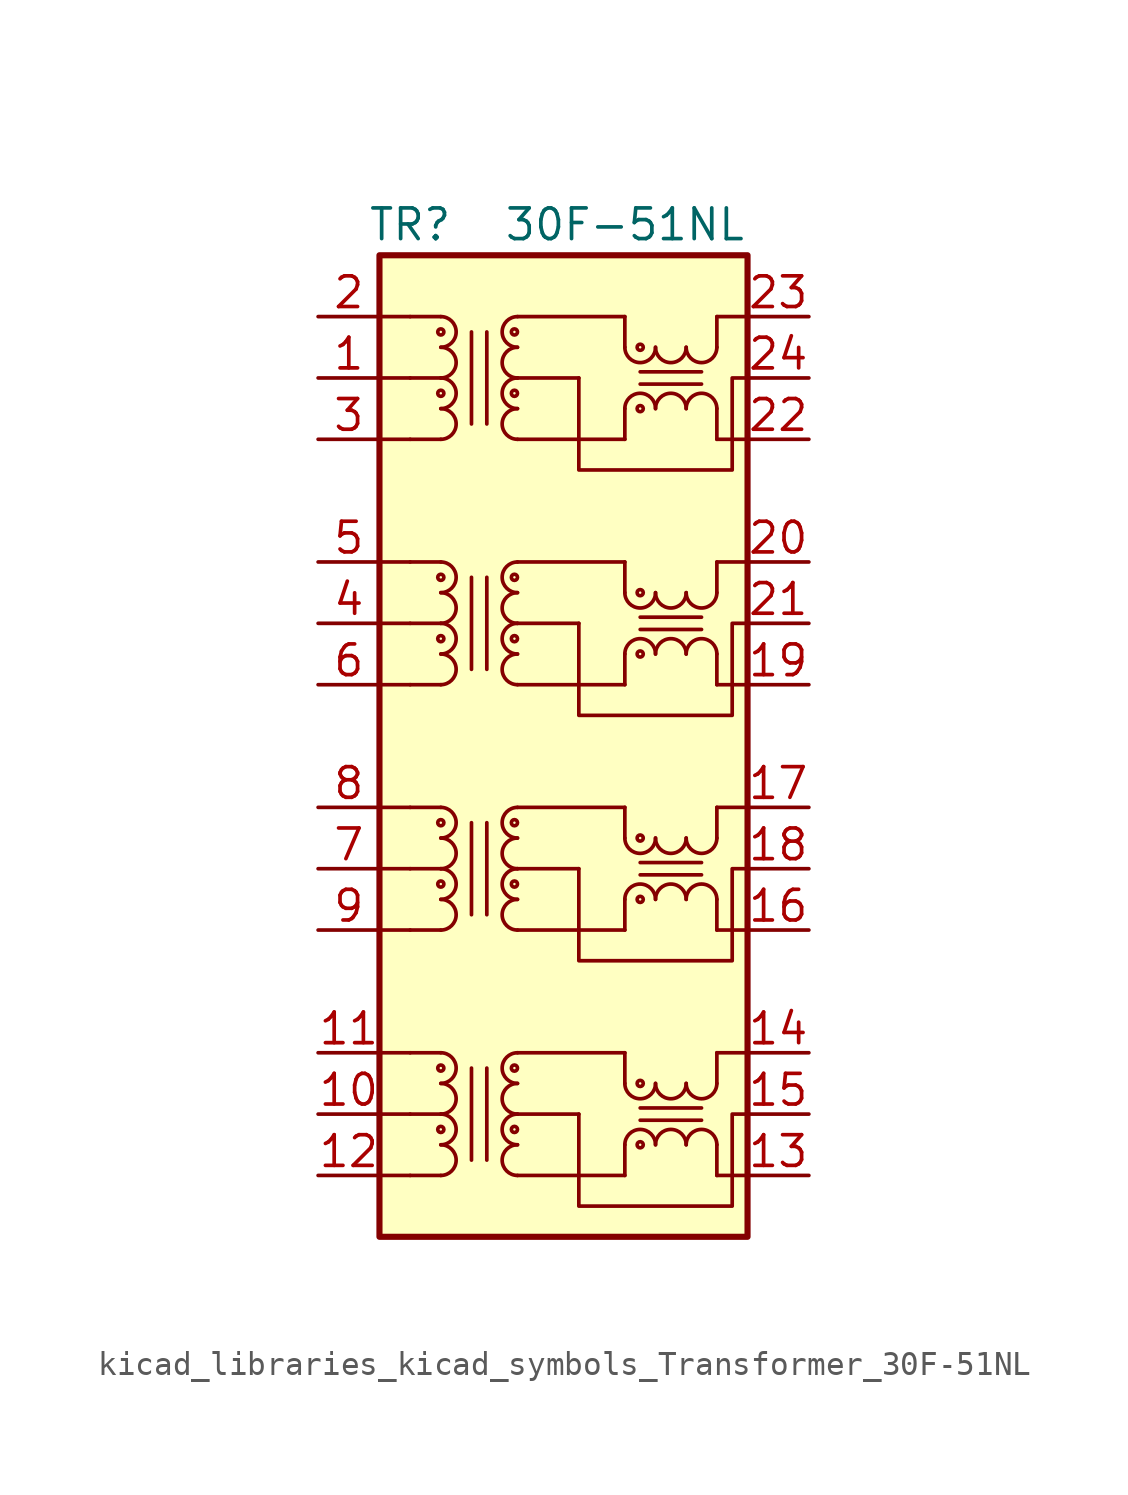
<source format=kicad_sym>
(kicad_symbol_lib
  (version 20220914)
  (generator kicad_symbol_editor)
  (symbol "kicad_libraries_kicad_symbols_Transformer_30F-51NL"
    (pin_names
      (offset 1.016) hide)
    (property "Reference" "TR"
      (at -6.35 21.59 0)
      (effects (font (size 1.27 1.27))))
    (property "Value" "30F-51NL"
      (at 2.54 21.59 0)
      (effects (font (size 1.27 1.27))))
    (symbol "kicad_libraries_kicad_symbols_Transformer_30F-51NL_0_1"
      (rectangle (start -7.62 20.32) (end 7.62 -20.32) (stroke (width 0.254) (type default)) (fill (type background)))
      (polyline (pts (xy 2.54 -16.51) (xy 2.54 -17.78)) (stroke (width 0) (type default)) (fill (type none)))
      (polyline (pts (xy 2.54 -12.7) (xy 2.54 -13.97)) (stroke (width 0) (type default)) (fill (type none)))
      (polyline (pts (xy 2.54 -6.35) (xy 2.54 -7.62)) (stroke (width 0) (type default)) (fill (type none)))
      (polyline (pts (xy 2.54 -2.54) (xy 2.54 -3.81)) (stroke (width 0) (type default)) (fill (type none)))
      (polyline (pts (xy 2.54 3.81) (xy 2.54 2.54)) (stroke (width 0) (type default)) (fill (type none)))
      (polyline (pts (xy 2.54 7.62) (xy 2.54 6.35)) (stroke (width 0) (type default)) (fill (type none)))
      (polyline (pts (xy 2.54 13.97) (xy 2.54 12.7)) (stroke (width 0) (type default)) (fill (type none)))
      (polyline (pts (xy 2.54 17.78) (xy 2.54 16.51)) (stroke (width 0) (type default)) (fill (type none)))
      (polyline (pts (xy 6.35 -17.78) (xy 6.35 -16.51)) (stroke (width 0) (type default)) (fill (type none)))
      (polyline (pts (xy 6.35 -13.97) (xy 6.35 -12.7)) (stroke (width 0) (type default)) (fill (type none)))
      (polyline (pts (xy 6.35 -7.62) (xy 6.35 -6.35)) (stroke (width 0) (type default)) (fill (type none)))
      (polyline (pts (xy 6.35 -3.81) (xy 6.35 -2.54)) (stroke (width 0) (type default)) (fill (type none)))
      (polyline (pts (xy 6.35 2.54) (xy 6.35 3.81)) (stroke (width 0) (type default)) (fill (type none)))
      (polyline (pts (xy 6.35 6.35) (xy 6.35 7.62)) (stroke (width 0) (type default)) (fill (type none)))
      (polyline (pts (xy 6.35 12.7) (xy 6.35 13.97)) (stroke (width 0) (type default)) (fill (type none)))
      (polyline (pts (xy 6.35 16.51) (xy 6.35 17.78)) (stroke (width 0) (type default)) (fill (type none)))
      (polyline (pts (xy 7.62 15.24) (xy 7.62 15.24)) (stroke (width 0) (type default)) (fill (type none)))
      (polyline (pts (xy 0.635 -15.24) (xy 0.635 -19.05) (xy 6.985 -19.05) (xy 6.985 -15.24) (xy 7.62 -15.24)) (stroke (width 0) (type default)) (fill (type none)))
      (polyline (pts (xy 0.635 -5.08) (xy 0.635 -8.89) (xy 6.985 -8.89) (xy 6.985 -5.08) (xy 7.62 -5.08)) (stroke (width 0) (type default)) (fill (type none)))
      (polyline (pts (xy 0.635 5.08) (xy 0.635 1.27) (xy 6.985 1.27) (xy 6.985 5.08) (xy 7.62 5.08)) (stroke (width 0) (type default)) (fill (type none)))
      (polyline (pts (xy 0.635 15.24) (xy 0.635 11.43) (xy 6.985 11.43) (xy 6.985 15.24) (xy 7.62 15.24)) (stroke (width 0) (type default)) (fill (type none)))
      (pin passive line (at -10.16 15.24 0) (length 2.54) (name "CT" (effects (font (size 1.27 1.27)))) (number "1" (effects (font (size 1.27 1.27)))))
      (pin passive line (at -10.16 -15.24 0) (length 2.54) (name "CT" (effects (font (size 1.27 1.27)))) (number "10" (effects (font (size 1.27 1.27)))))
      (pin passive line (at -10.16 -12.7 0) (length 2.54) (name "TD4+" (effects (font (size 1.27 1.27)))) (number "11" (effects (font (size 1.27 1.27)))))
      (pin passive line (at -10.16 -17.78 0) (length 2.54) (name "TD4-" (effects (font (size 1.27 1.27)))) (number "12" (effects (font (size 1.27 1.27)))))
      (pin passive line (at 10.16 -17.78 180) (length 2.54) (name "MX4-" (effects (font (size 1.27 1.27)))) (number "13" (effects (font (size 1.27 1.27)))))
      (pin passive line (at 10.16 -12.7 180) (length 2.54) (name "MX4+" (effects (font (size 1.27 1.27)))) (number "14" (effects (font (size 1.27 1.27)))))
      (pin passive line (at 10.16 -15.24 180) (length 2.54) (name "CT" (effects (font (size 1.27 1.27)))) (number "15" (effects (font (size 1.27 1.27)))))
      (pin passive line (at 10.16 -7.62 180) (length 2.54) (name "MX3-" (effects (font (size 1.27 1.27)))) (number "16" (effects (font (size 1.27 1.27)))))
      (pin passive line (at 10.16 -2.54 180) (length 2.54) (name "MX3+" (effects (font (size 1.27 1.27)))) (number "17" (effects (font (size 1.27 1.27)))))
      (pin passive line (at 10.16 -5.08 180) (length 2.54) (name "CT" (effects (font (size 1.27 1.27)))) (number "18" (effects (font (size 1.27 1.27)))))
      (pin passive line (at 10.16 2.54 180) (length 2.54) (name "MX2-" (effects (font (size 1.27 1.27)))) (number "19" (effects (font (size 1.27 1.27)))))
      (pin passive line (at -10.16 17.78 0) (length 2.54) (name "TD1+" (effects (font (size 1.27 1.27)))) (number "2" (effects (font (size 1.27 1.27)))))
      (pin passive line (at 10.16 7.62 180) (length 2.54) (name "MX2+" (effects (font (size 1.27 1.27)))) (number "20" (effects (font (size 1.27 1.27)))))
      (pin passive line (at 10.16 5.08 180) (length 2.54) (name "CT" (effects (font (size 1.27 1.27)))) (number "21" (effects (font (size 1.27 1.27)))))
      (pin passive line (at 10.16 12.7 180) (length 2.54) (name "MX1-" (effects (font (size 1.27 1.27)))) (number "22" (effects (font (size 1.27 1.27)))))
      (pin passive line (at 10.16 17.78 180) (length 2.54) (name "MX1+" (effects (font (size 1.27 1.27)))) (number "23" (effects (font (size 1.27 1.27)))))
      (pin passive line (at 10.16 15.24 180) (length 2.54) (name "CT" (effects (font (size 1.27 1.27)))) (number "24" (effects (font (size 1.27 1.27)))))
      (pin passive line (at -10.16 12.7 0) (length 2.54) (name "TD1-" (effects (font (size 1.27 1.27)))) (number "3" (effects (font (size 1.27 1.27)))))
      (pin passive line (at -10.16 5.08 0) (length 2.54) (name "CT" (effects (font (size 1.27 1.27)))) (number "4" (effects (font (size 1.27 1.27)))))
      (pin passive line (at -10.16 7.62 0) (length 2.54) (name "TD2+" (effects (font (size 1.27 1.27)))) (number "5" (effects (font (size 1.27 1.27)))))
      (pin passive line (at -10.16 2.54 0) (length 2.54) (name "TD2-" (effects (font (size 1.27 1.27)))) (number "6" (effects (font (size 1.27 1.27)))))
      (pin passive line (at -10.16 -5.08 0) (length 2.54) (name "CT" (effects (font (size 1.27 1.27)))) (number "7" (effects (font (size 1.27 1.27)))))
      (pin passive line (at -10.16 -2.54 0) (length 2.54) (name "TD3+" (effects (font (size 1.27 1.27)))) (number "8" (effects (font (size 1.27 1.27)))))
      (pin passive line (at -10.16 -7.62 0) (length 2.54) (name "TD3-" (effects (font (size 1.27 1.27)))) (number "9" (effects (font (size 1.27 1.27))))))
    (symbol "kicad_libraries_kicad_symbols_Transformer_30F-51NL_1_1"
      (arc (start -5.08 -17.78) (mid -4.4477 -17.145) (end -5.08 -16.51) (stroke (width 0) (type default)) (fill (type none)))
      (arc (start -5.08 -16.51) (mid -4.4477 -15.875) (end -5.08 -15.24) (stroke (width 0) (type default)) (fill (type none)))
      (circle (center -5.08 -15.875) (radius 0.127) (stroke (width 0) (type default)) (fill (type none)))
      (arc (start -5.08 -15.24) (mid -4.4477 -14.605) (end -5.08 -13.97) (stroke (width 0) (type default)) (fill (type none)))
      (arc (start -5.08 -13.97) (mid -4.4477 -13.335) (end -5.08 -12.7) (stroke (width 0) (type default)) (fill (type none)))
      (circle (center -5.08 -13.335) (radius 0.127) (stroke (width 0) (type default)) (fill (type none)))
      (arc (start -5.08 -7.62) (mid -4.4477 -6.985) (end -5.08 -6.35) (stroke (width 0) (type default)) (fill (type none)))
      (arc (start -5.08 -6.35) (mid -4.4477 -5.715) (end -5.08 -5.08) (stroke (width 0) (type default)) (fill (type none)))
      (circle (center -5.08 -5.715) (radius 0.127) (stroke (width 0) (type default)) (fill (type none)))
      (arc (start -5.08 -5.08) (mid -4.4477 -4.445) (end -5.08 -3.81) (stroke (width 0) (type default)) (fill (type none)))
      (arc (start -5.08 -3.81) (mid -4.4477 -3.175) (end -5.08 -2.54) (stroke (width 0) (type default)) (fill (type none)))
      (circle (center -5.08 -3.175) (radius 0.127) (stroke (width 0) (type default)) (fill (type none)))
      (arc (start -5.08 2.54) (mid -4.4477 3.175) (end -5.08 3.81) (stroke (width 0) (type default)) (fill (type none)))
      (arc (start -5.08 3.81) (mid -4.4477 4.445) (end -5.08 5.08) (stroke (width 0) (type default)) (fill (type none)))
      (circle (center -5.08 4.445) (radius 0.127) (stroke (width 0) (type default)) (fill (type none)))
      (arc (start -5.08 5.08) (mid -4.4477 5.715) (end -5.08 6.35) (stroke (width 0) (type default)) (fill (type none)))
      (arc (start -5.08 6.35) (mid -4.4477 6.985) (end -5.08 7.62) (stroke (width 0) (type default)) (fill (type none)))
      (circle (center -5.08 6.985) (radius 0.127) (stroke (width 0) (type default)) (fill (type none)))
      (arc (start -5.08 12.7) (mid -4.4477 13.335) (end -5.08 13.97) (stroke (width 0) (type default)) (fill (type none)))
      (arc (start -5.08 13.97) (mid -4.4477 14.605) (end -5.08 15.24) (stroke (width 0) (type default)) (fill (type none)))
      (circle (center -5.08 14.605) (radius 0.127) (stroke (width 0) (type default)) (fill (type none)))
      (arc (start -5.08 15.24) (mid -4.4477 15.875) (end -5.08 16.51) (stroke (width 0) (type default)) (fill (type none)))
      (arc (start -5.08 16.51) (mid -4.4477 17.145) (end -5.08 17.78) (stroke (width 0) (type default)) (fill (type none)))
      (circle (center -5.08 17.145) (radius 0.127) (stroke (width 0) (type default)) (fill (type none)))
      (circle (center -2.032 -15.875) (radius 0.127) (stroke (width 0) (type default)) (fill (type none)))
      (circle (center -2.032 -13.335) (radius 0.127) (stroke (width 0) (type default)) (fill (type none)))
      (circle (center -2.032 -5.715) (radius 0.127) (stroke (width 0) (type default)) (fill (type none)))
      (circle (center -2.032 -3.175) (radius 0.127) (stroke (width 0) (type default)) (fill (type none)))
      (circle (center -2.032 4.445) (radius 0.127) (stroke (width 0) (type default)) (fill (type none)))
      (circle (center -2.032 6.985) (radius 0.127) (stroke (width 0) (type default)) (fill (type none)))
      (circle (center -2.032 14.605) (radius 0.127) (stroke (width 0) (type default)) (fill (type none)))
      (circle (center -2.032 17.145) (radius 0.127) (stroke (width 0) (type default)) (fill (type none)))
      (arc (start -1.905 -16.51) (mid -2.5373 -17.145) (end -1.905 -17.78) (stroke (width 0) (type default)) (fill (type none)))
      (arc (start -1.905 -15.24) (mid -2.5373 -15.875) (end -1.905 -16.51) (stroke (width 0) (type default)) (fill (type none)))
      (arc (start -1.905 -13.97) (mid -2.5373 -14.605) (end -1.905 -15.24) (stroke (width 0) (type default)) (fill (type none)))
      (arc (start -1.905 -12.7) (mid -2.5373 -13.335) (end -1.905 -13.97) (stroke (width 0) (type default)) (fill (type none)))
      (arc (start -1.905 -6.35) (mid -2.5373 -6.985) (end -1.905 -7.62) (stroke (width 0) (type default)) (fill (type none)))
      (arc (start -1.905 -5.08) (mid -2.5373 -5.715) (end -1.905 -6.35) (stroke (width 0) (type default)) (fill (type none)))
      (arc (start -1.905 -3.81) (mid -2.5373 -4.445) (end -1.905 -5.08) (stroke (width 0) (type default)) (fill (type none)))
      (arc (start -1.905 -2.54) (mid -2.5373 -3.175) (end -1.905 -3.81) (stroke (width 0) (type default)) (fill (type none)))
      (arc (start -1.905 3.81) (mid -2.5373 3.175) (end -1.905 2.54) (stroke (width 0) (type default)) (fill (type none)))
      (arc (start -1.905 5.08) (mid -2.5373 4.445) (end -1.905 3.81) (stroke (width 0) (type default)) (fill (type none)))
      (arc (start -1.905 6.35) (mid -2.5373 5.715) (end -1.905 5.08) (stroke (width 0) (type default)) (fill (type none)))
      (arc (start -1.905 7.62) (mid -2.5373 6.985) (end -1.905 6.35) (stroke (width 0) (type default)) (fill (type none)))
      (arc (start -1.905 13.97) (mid -2.5373 13.335) (end -1.905 12.7) (stroke (width 0) (type default)) (fill (type none)))
      (arc (start -1.905 15.24) (mid -2.5373 14.605) (end -1.905 13.97) (stroke (width 0) (type default)) (fill (type none)))
      (arc (start -1.905 16.51) (mid -2.5373 15.875) (end -1.905 15.24) (stroke (width 0) (type default)) (fill (type none)))
      (arc (start -1.905 17.78) (mid -2.5373 17.145) (end -1.905 16.51) (stroke (width 0) (type default)) (fill (type none)))
      (polyline (pts (xy -7.62 -17.78) (xy -6.35 -17.78)) (stroke (width 0) (type default)) (fill (type none)))
      (polyline (pts (xy -7.62 -15.24) (xy -6.35 -15.24)) (stroke (width 0) (type default)) (fill (type none)))
      (polyline (pts (xy -7.62 -12.7) (xy -6.35 -12.7)) (stroke (width 0) (type default)) (fill (type none)))
      (polyline (pts (xy -7.62 -7.62) (xy -6.35 -7.62)) (stroke (width 0) (type default)) (fill (type none)))
      (polyline (pts (xy -7.62 -5.08) (xy -6.35 -5.08)) (stroke (width 0) (type default)) (fill (type none)))
      (polyline (pts (xy -7.62 -2.54) (xy -6.35 -2.54)) (stroke (width 0) (type default)) (fill (type none)))
      (polyline (pts (xy -7.62 2.54) (xy -6.35 2.54)) (stroke (width 0) (type default)) (fill (type none)))
      (polyline (pts (xy -7.62 5.08) (xy -6.35 5.08)) (stroke (width 0) (type default)) (fill (type none)))
      (polyline (pts (xy -7.62 7.62) (xy -6.35 7.62)) (stroke (width 0) (type default)) (fill (type none)))
      (polyline (pts (xy -7.62 12.7) (xy -6.35 12.7)) (stroke (width 0) (type default)) (fill (type none)))
      (polyline (pts (xy -7.62 15.24) (xy -6.35 15.24)) (stroke (width 0) (type default)) (fill (type none)))
      (polyline (pts (xy -7.62 17.78) (xy -6.35 17.78)) (stroke (width 0) (type default)) (fill (type none)))
      (polyline (pts (xy -6.35 -17.78) (xy -5.08 -17.78)) (stroke (width 0) (type default)) (fill (type none)))
      (polyline (pts (xy -6.35 -15.24) (xy -5.08 -15.24)) (stroke (width 0) (type default)) (fill (type none)))
      (polyline (pts (xy -6.35 -12.7) (xy -5.08 -12.7)) (stroke (width 0) (type default)) (fill (type none)))
      (polyline (pts (xy -6.35 -7.62) (xy -5.08 -7.62)) (stroke (width 0) (type default)) (fill (type none)))
      (polyline (pts (xy -6.35 -5.08) (xy -5.08 -5.08)) (stroke (width 0) (type default)) (fill (type none)))
      (polyline (pts (xy -6.35 -2.54) (xy -5.08 -2.54)) (stroke (width 0) (type default)) (fill (type none)))
      (polyline (pts (xy -6.35 2.54) (xy -5.08 2.54)) (stroke (width 0) (type default)) (fill (type none)))
      (polyline (pts (xy -6.35 5.08) (xy -5.08 5.08)) (stroke (width 0) (type default)) (fill (type none)))
      (polyline (pts (xy -6.35 7.62) (xy -5.08 7.62)) (stroke (width 0) (type default)) (fill (type none)))
      (polyline (pts (xy -6.35 12.7) (xy -5.08 12.7)) (stroke (width 0) (type default)) (fill (type none)))
      (polyline (pts (xy -6.35 15.24) (xy -5.08 15.24)) (stroke (width 0) (type default)) (fill (type none)))
      (polyline (pts (xy -6.35 17.78) (xy -5.08 17.78)) (stroke (width 0) (type default)) (fill (type none)))
      (polyline (pts (xy -3.81 -17.145) (xy -3.81 -13.335)) (stroke (width 0) (type default)) (fill (type none)))
      (polyline (pts (xy -3.81 -6.985) (xy -3.81 -3.175)) (stroke (width 0) (type default)) (fill (type none)))
      (polyline (pts (xy -3.81 3.175) (xy -3.81 6.985)) (stroke (width 0) (type default)) (fill (type none)))
      (polyline (pts (xy -3.81 13.335) (xy -3.81 17.145)) (stroke (width 0) (type default)) (fill (type none)))
      (polyline (pts (xy -3.175 -17.145) (xy -3.175 -13.335)) (stroke (width 0) (type default)) (fill (type none)))
      (polyline (pts (xy -3.175 -6.985) (xy -3.175 -3.175)) (stroke (width 0) (type default)) (fill (type none)))
      (polyline (pts (xy -3.175 3.175) (xy -3.175 6.985)) (stroke (width 0) (type default)) (fill (type none)))
      (polyline (pts (xy -3.175 13.335) (xy -3.175 17.145)) (stroke (width 0) (type default)) (fill (type none)))
      (polyline (pts (xy 0.635 -15.24) (xy -1.905 -15.24)) (stroke (width 0) (type default)) (fill (type none)))
      (polyline (pts (xy 0.635 -5.08) (xy -1.905 -5.08)) (stroke (width 0) (type default)) (fill (type none)))
      (polyline (pts (xy 0.635 5.08) (xy -1.905 5.08)) (stroke (width 0) (type default)) (fill (type none)))
      (polyline (pts (xy 0.635 15.24) (xy -1.905 15.24)) (stroke (width 0) (type default)) (fill (type none)))
      (polyline (pts (xy 2.54 -17.78) (xy -1.905 -17.78)) (stroke (width 0) (type default)) (fill (type none)))
      (polyline (pts (xy 2.54 -12.7) (xy -1.905 -12.7)) (stroke (width 0) (type default)) (fill (type none)))
      (polyline (pts (xy 2.54 -7.62) (xy -1.905 -7.62)) (stroke (width 0) (type default)) (fill (type none)))
      (polyline (pts (xy 2.54 -2.54) (xy -1.905 -2.54)) (stroke (width 0) (type default)) (fill (type none)))
      (polyline (pts (xy 2.54 2.54) (xy -1.905 2.54)) (stroke (width 0) (type default)) (fill (type none)))
      (polyline (pts (xy 2.54 7.62) (xy -1.905 7.62)) (stroke (width 0) (type default)) (fill (type none)))
      (polyline (pts (xy 2.54 12.7) (xy -1.905 12.7)) (stroke (width 0) (type default)) (fill (type none)))
      (polyline (pts (xy 2.54 17.78) (xy -1.905 17.78)) (stroke (width 0) (type default)) (fill (type none)))
      (polyline (pts (xy 5.715 -15.494) (xy 3.175 -15.494)) (stroke (width 0) (type default)) (fill (type none)))
      (polyline (pts (xy 5.715 -14.986) (xy 3.175 -14.986)) (stroke (width 0) (type default)) (fill (type none)))
      (polyline (pts (xy 5.715 -5.334) (xy 3.175 -5.334)) (stroke (width 0) (type default)) (fill (type none)))
      (polyline (pts (xy 5.715 -4.826) (xy 3.175 -4.826)) (stroke (width 0) (type default)) (fill (type none)))
      (polyline (pts (xy 5.715 4.826) (xy 3.175 4.826)) (stroke (width 0) (type default)) (fill (type none)))
      (polyline (pts (xy 5.715 5.334) (xy 3.175 5.334)) (stroke (width 0) (type default)) (fill (type none)))
      (polyline (pts (xy 5.715 14.986) (xy 3.175 14.986)) (stroke (width 0) (type default)) (fill (type none)))
      (polyline (pts (xy 5.715 15.494) (xy 3.175 15.494)) (stroke (width 0) (type default)) (fill (type none)))
      (polyline (pts (xy 7.62 -17.78) (xy 6.35 -17.78)) (stroke (width 0) (type default)) (fill (type none)))
      (polyline (pts (xy 7.62 -12.7) (xy 6.35 -12.7)) (stroke (width 0) (type default)) (fill (type none)))
      (polyline (pts (xy 7.62 -7.62) (xy 6.35 -7.62)) (stroke (width 0) (type default)) (fill (type none)))
      (polyline (pts (xy 7.62 -2.54) (xy 6.35 -2.54)) (stroke (width 0) (type default)) (fill (type none)))
      (polyline (pts (xy 7.62 2.54) (xy 6.35 2.54)) (stroke (width 0) (type default)) (fill (type none)))
      (polyline (pts (xy 7.62 7.62) (xy 6.35 7.62)) (stroke (width 0) (type default)) (fill (type none)))
      (polyline (pts (xy 7.62 12.7) (xy 6.35 12.7)) (stroke (width 0) (type default)) (fill (type none)))
      (polyline (pts (xy 7.62 17.78) (xy 6.35 17.78)) (stroke (width 0) (type default)) (fill (type none)))
      (arc (start 2.54 -13.97) (mid 3.175 -14.6023) (end 3.81 -13.97) (stroke (width 0) (type default)) (fill (type none)))
      (arc (start 2.54 -3.81) (mid 3.175 -4.4423) (end 3.81 -3.81) (stroke (width 0) (type default)) (fill (type none)))
      (arc (start 2.54 6.35) (mid 3.175 5.7177) (end 3.81 6.35) (stroke (width 0) (type default)) (fill (type none)))
      (arc (start 2.54 16.51) (mid 3.175 15.8777) (end 3.81 16.51) (stroke (width 0) (type default)) (fill (type none)))
      (circle (center 3.175 -16.51) (radius 0.127) (stroke (width 0) (type default)) (fill (type none)))
      (circle (center 3.175 -13.97) (radius 0.127) (stroke (width 0) (type default)) (fill (type none)))
      (circle (center 3.175 -6.35) (radius 0.127) (stroke (width 0) (type default)) (fill (type none)))
      (circle (center 3.175 -3.81) (radius 0.127) (stroke (width 0) (type default)) (fill (type none)))
      (circle (center 3.175 3.81) (radius 0.127) (stroke (width 0) (type default)) (fill (type none)))
      (circle (center 3.175 6.35) (radius 0.127) (stroke (width 0) (type default)) (fill (type none)))
      (circle (center 3.175 13.97) (radius 0.127) (stroke (width 0) (type default)) (fill (type none)))
      (circle (center 3.175 16.51) (radius 0.127) (stroke (width 0) (type default)) (fill (type none)))
      (arc (start 3.81 -16.51) (mid 3.175 -15.8777) (end 2.54 -16.51) (stroke (width 0) (type default)) (fill (type none)))
      (arc (start 3.81 -13.97) (mid 4.445 -14.6023) (end 5.08 -13.97) (stroke (width 0) (type default)) (fill (type none)))
      (arc (start 3.81 -6.35) (mid 3.175 -5.7177) (end 2.54 -6.35) (stroke (width 0) (type default)) (fill (type none)))
      (arc (start 3.81 -3.81) (mid 4.445 -4.4423) (end 5.08 -3.81) (stroke (width 0) (type default)) (fill (type none)))
      (arc (start 3.81 3.81) (mid 3.175 4.4423) (end 2.54 3.81) (stroke (width 0) (type default)) (fill (type none)))
      (arc (start 3.81 6.35) (mid 4.445 5.7177) (end 5.08 6.35) (stroke (width 0) (type default)) (fill (type none)))
      (arc (start 3.81 13.97) (mid 3.175 14.6023) (end 2.54 13.97) (stroke (width 0) (type default)) (fill (type none)))
      (arc (start 3.81 16.51) (mid 4.445 15.8777) (end 5.08 16.51) (stroke (width 0) (type default)) (fill (type none)))
      (arc (start 5.08 -16.51) (mid 4.445 -15.8777) (end 3.81 -16.51) (stroke (width 0) (type default)) (fill (type none)))
      (arc (start 5.08 -13.97) (mid 5.715 -14.6023) (end 6.35 -13.97) (stroke (width 0) (type default)) (fill (type none)))
      (arc (start 5.08 -6.35) (mid 4.445 -5.7177) (end 3.81 -6.35) (stroke (width 0) (type default)) (fill (type none)))
      (arc (start 5.08 -3.81) (mid 5.715 -4.4423) (end 6.35 -3.81) (stroke (width 0) (type default)) (fill (type none)))
      (arc (start 5.08 3.81) (mid 4.445 4.4423) (end 3.81 3.81) (stroke (width 0) (type default)) (fill (type none)))
      (arc (start 5.08 6.35) (mid 5.715 5.7177) (end 6.35 6.35) (stroke (width 0) (type default)) (fill (type none)))
      (arc (start 5.08 13.97) (mid 4.445 14.6023) (end 3.81 13.97) (stroke (width 0) (type default)) (fill (type none)))
      (arc (start 5.08 16.51) (mid 5.715 15.8777) (end 6.35 16.51) (stroke (width 0) (type default)) (fill (type none)))
      (arc (start 6.35 -16.51) (mid 5.715 -15.8777) (end 5.08 -16.51) (stroke (width 0) (type default)) (fill (type none)))
      (arc (start 6.35 -6.35) (mid 5.715 -5.7177) (end 5.08 -6.35) (stroke (width 0) (type default)) (fill (type none)))
      (arc (start 6.35 3.81) (mid 5.715 4.4423) (end 5.08 3.81) (stroke (width 0) (type default)) (fill (type none)))
      (arc (start 6.35 13.97) (mid 5.715 14.6023) (end 5.08 13.97) (stroke (width 0) (type default)) (fill (type none))))))
</source>
